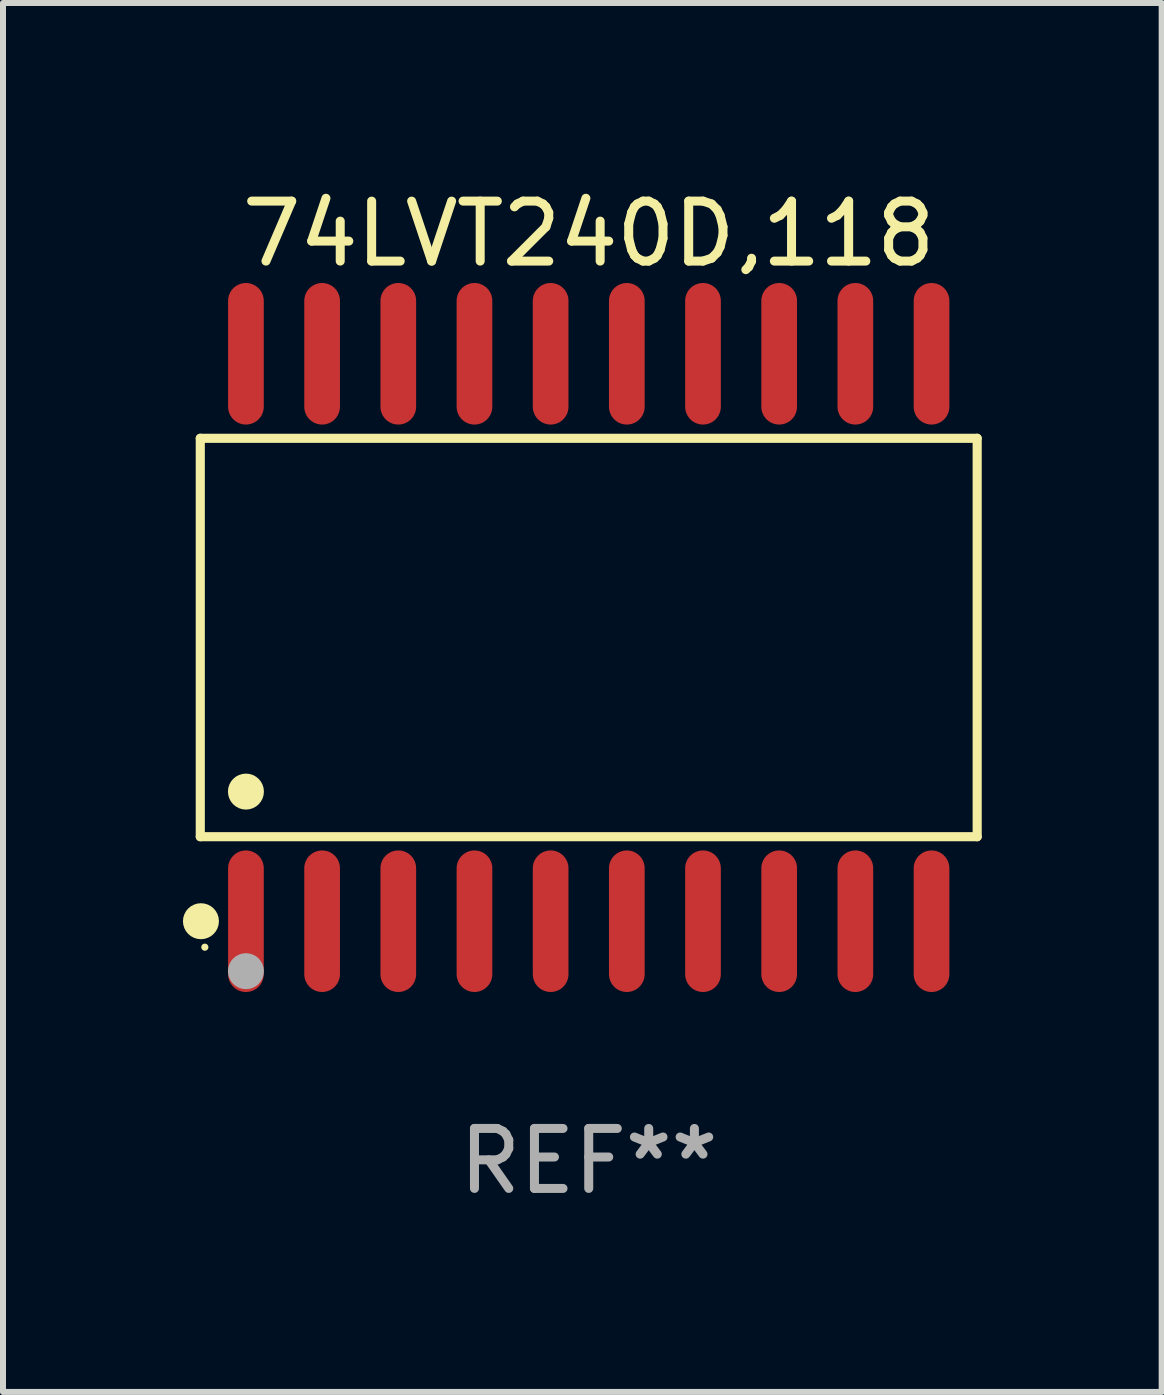
<source format=kicad_pcb>
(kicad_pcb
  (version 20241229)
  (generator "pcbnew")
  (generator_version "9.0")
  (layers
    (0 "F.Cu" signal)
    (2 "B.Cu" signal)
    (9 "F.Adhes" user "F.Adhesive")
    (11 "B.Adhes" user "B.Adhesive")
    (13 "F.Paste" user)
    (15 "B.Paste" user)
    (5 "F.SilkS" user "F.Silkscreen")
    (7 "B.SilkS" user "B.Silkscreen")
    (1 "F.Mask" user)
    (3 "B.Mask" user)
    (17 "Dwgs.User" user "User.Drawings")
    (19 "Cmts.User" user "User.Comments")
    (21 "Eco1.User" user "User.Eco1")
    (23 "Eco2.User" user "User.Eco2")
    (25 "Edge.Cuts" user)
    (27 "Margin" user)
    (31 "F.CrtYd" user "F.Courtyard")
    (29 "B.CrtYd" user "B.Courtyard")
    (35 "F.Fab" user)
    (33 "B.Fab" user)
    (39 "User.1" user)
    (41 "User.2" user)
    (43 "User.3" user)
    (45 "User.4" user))
  (footprint "74LVT240D,118"
    (layer "F.Cu")
    (at 6.765 7.578)
    (property "Reference" "74LVT240D,118" (at 0 -6.73 0) (layer "F.SilkS") (effects (font (size 1 1) (thickness 0.15))))
    (attr through_hole)
    (fp_line (start -6.476 -3.321) (end 6.476 -3.321) (stroke (width 0.152) (type solid)) (layer "F.SilkS"))
    (fp_line (start -6.476 3.321) (end -6.476 -3.321) (stroke (width 0.152) (type solid)) (layer "F.SilkS"))
    (fp_line (start 6.476 -3.321) (end 6.476 3.321) (stroke (width 0.152) (type solid)) (layer "F.SilkS"))
    (fp_line (start 6.476 3.321) (end -6.476 3.321) (stroke (width 0.152) (type solid)) (layer "F.SilkS"))
    (fp_circle (center -6.465 4.73) (end -6.315 4.73) (stroke (width 0.3) (type solid)) (fill no) (layer "F.SilkS"))
    (fp_circle (center -6.4 5.163) (end -6.37 5.163) (stroke (width 0.06) (type solid)) (fill no) (layer "F.SilkS"))
    (fp_circle (center -5.715 2.569) (end -5.565 2.569) (stroke (width 0.3) (type solid)) (fill no) (layer "F.SilkS"))
    (fp_circle (center -5.715 5.563) (end -5.565 5.563) (stroke (width 0.3) (type solid)) (fill no) (layer "F.Fab"))
    (fp_text user "REF**" (at 0 8.73 0) (layer "F.Fab") (effects (font (size 1 1) (thickness 0.15))))
    (pad "1" smd oval (at -5.715 4.73) (size 0.595 2.36) (layers "F.Cu" "F.Mask" "F.Paste"))
    (pad "2" smd oval (at -4.445 4.73) (size 0.595 2.36) (layers "F.Cu" "F.Mask" "F.Paste"))
    (pad "3" smd oval (at -3.175 4.73) (size 0.595 2.36) (layers "F.Cu" "F.Mask" "F.Paste"))
    (pad "4" smd oval (at -1.905 4.73) (size 0.595 2.36) (layers "F.Cu" "F.Mask" "F.Paste"))
    (pad "5" smd oval (at -0.635 4.73) (size 0.595 2.36) (layers "F.Cu" "F.Mask" "F.Paste"))
    (pad "6" smd oval (at 0.635 4.73) (size 0.595 2.36) (layers "F.Cu" "F.Mask" "F.Paste"))
    (pad "7" smd oval (at 1.905 4.73) (size 0.595 2.36) (layers "F.Cu" "F.Mask" "F.Paste"))
    (pad "8" smd oval (at 3.175 4.73) (size 0.595 2.36) (layers "F.Cu" "F.Mask" "F.Paste"))
    (pad "9" smd oval (at 4.445 4.73) (size 0.595 2.36) (layers "F.Cu" "F.Mask" "F.Paste"))
    (pad "10" smd oval (at 5.715 4.73) (size 0.595 2.36) (layers "F.Cu" "F.Mask" "F.Paste"))
    (pad "11" smd oval (at 5.715 -4.73) (size 0.595 2.36) (layers "F.Cu" "F.Mask" "F.Paste"))
    (pad "12" smd oval (at 4.445 -4.73) (size 0.595 2.36) (layers "F.Cu" "F.Mask" "F.Paste"))
    (pad "13" smd oval (at 3.175 -4.73) (size 0.595 2.36) (layers "F.Cu" "F.Mask" "F.Paste"))
    (pad "14" smd oval (at 1.905 -4.73) (size 0.595 2.36) (layers "F.Cu" "F.Mask" "F.Paste"))
    (pad "15" smd oval (at 0.635 -4.73) (size 0.595 2.36) (layers "F.Cu" "F.Mask" "F.Paste"))
    (pad "16" smd oval (at -0.635 -4.73) (size 0.595 2.36) (layers "F.Cu" "F.Mask" "F.Paste"))
    (pad "17" smd oval (at -1.905 -4.73) (size 0.595 2.36) (layers "F.Cu" "F.Mask" "F.Paste"))
    (pad "18" smd oval (at -3.175 -4.73) (size 0.595 2.36) (layers "F.Cu" "F.Mask" "F.Paste"))
    (pad "19" smd oval (at -4.445 -4.73) (size 0.595 2.36) (layers "F.Cu" "F.Mask" "F.Paste"))
    (pad "20" smd oval (at -5.715 -4.73) (size 0.595 2.36) (layers "F.Cu" "F.Mask" "F.Paste")))
  (gr_rect
    (start -3 -3)
    (end 16.317 20.156)
    (stroke (width 0.1) (type default))
    (fill no)
    (layer "Edge.Cuts")))
</source>
